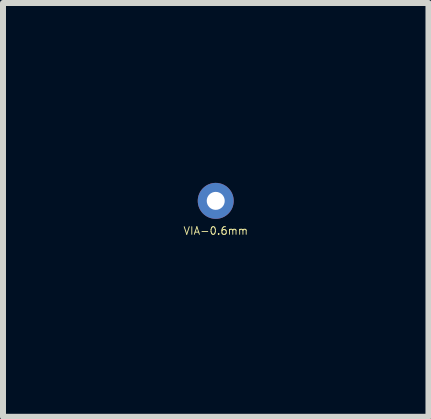
<source format=kicad_pcb>
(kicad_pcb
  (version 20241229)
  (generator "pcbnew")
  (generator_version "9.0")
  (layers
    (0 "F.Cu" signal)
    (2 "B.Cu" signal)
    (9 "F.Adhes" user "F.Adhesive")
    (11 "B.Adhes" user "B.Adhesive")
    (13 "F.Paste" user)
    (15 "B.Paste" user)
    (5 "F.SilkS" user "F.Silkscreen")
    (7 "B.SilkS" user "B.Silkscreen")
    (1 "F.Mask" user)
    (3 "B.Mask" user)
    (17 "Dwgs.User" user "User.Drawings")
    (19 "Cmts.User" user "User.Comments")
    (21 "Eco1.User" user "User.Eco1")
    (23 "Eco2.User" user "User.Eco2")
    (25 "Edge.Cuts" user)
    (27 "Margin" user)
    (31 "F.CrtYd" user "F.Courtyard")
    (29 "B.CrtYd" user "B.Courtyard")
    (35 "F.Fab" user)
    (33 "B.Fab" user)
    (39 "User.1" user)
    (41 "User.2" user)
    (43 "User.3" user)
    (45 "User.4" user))
  (footprint "VIA-0.6mm"
    (layer "F.Cu")
    (at 0.548 0.3)
    (property "Reference" "VIA-0.6mm" (at 0 0.5 0) (layer "F.SilkS") (effects (font (size 0.127 0.127) (thickness 0.015))))
    (attr through_hole)
    (pad "1" thru_hole circle (at 0 0) (size 0.6 0.6) (drill 0.3) (layers "*.Cu")))
  (gr_rect
    (start -3 -3)
    (end 4.096 3.901)
    (stroke (width 0.1) (type default))
    (fill no)
    (layer "Edge.Cuts")))
</source>
